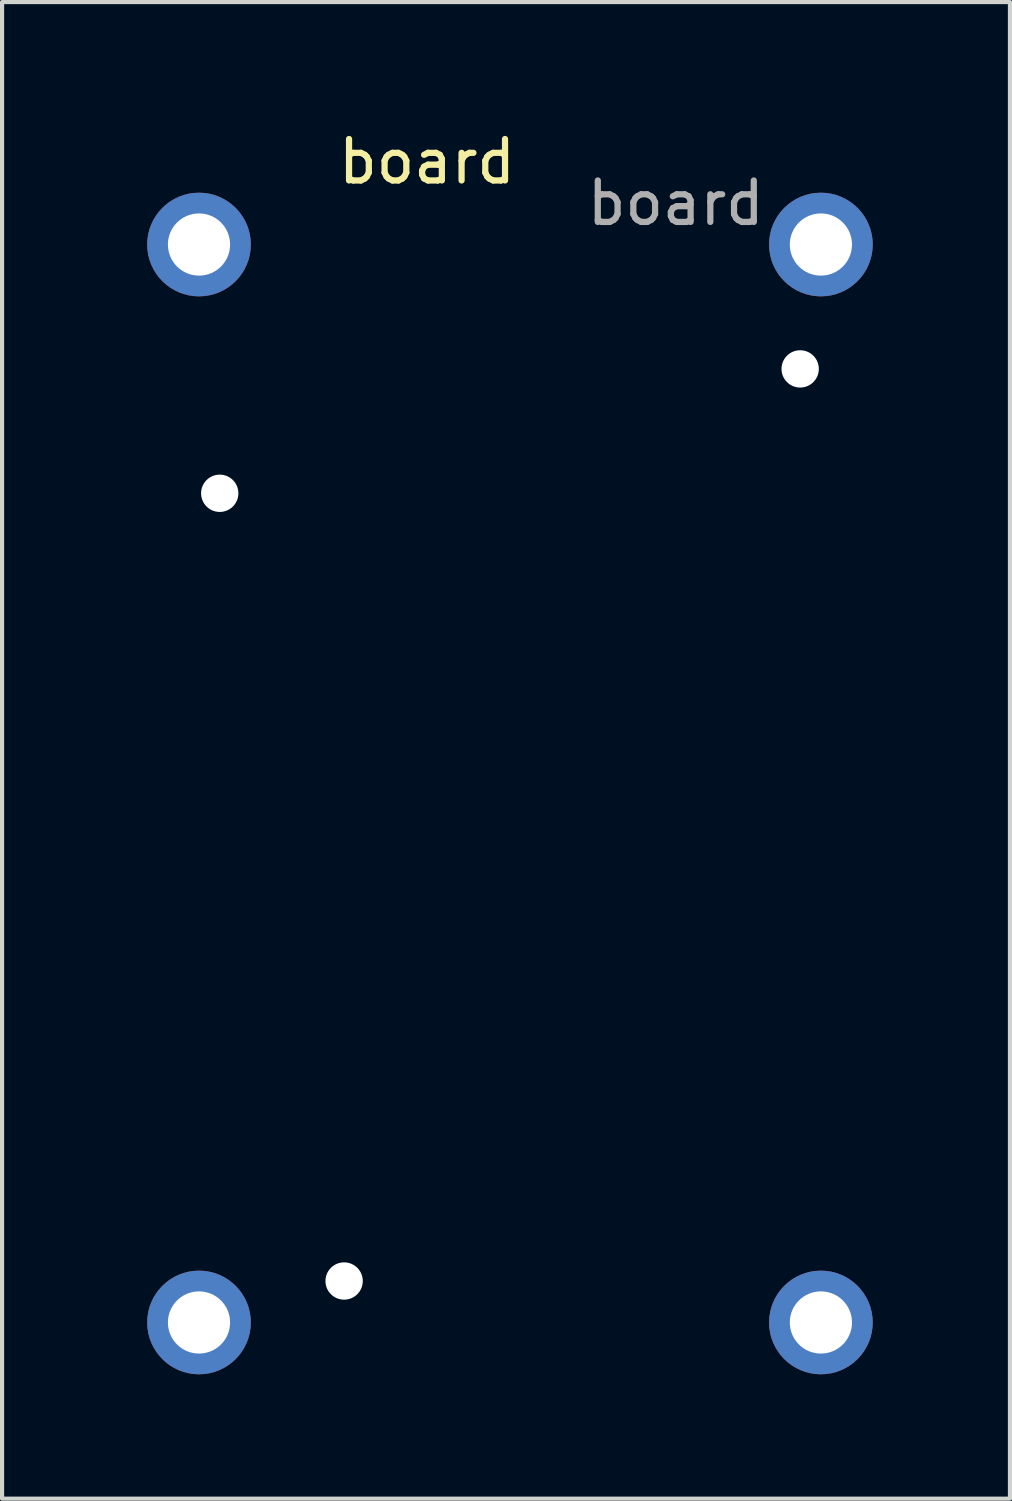
<source format=kicad_pcb>
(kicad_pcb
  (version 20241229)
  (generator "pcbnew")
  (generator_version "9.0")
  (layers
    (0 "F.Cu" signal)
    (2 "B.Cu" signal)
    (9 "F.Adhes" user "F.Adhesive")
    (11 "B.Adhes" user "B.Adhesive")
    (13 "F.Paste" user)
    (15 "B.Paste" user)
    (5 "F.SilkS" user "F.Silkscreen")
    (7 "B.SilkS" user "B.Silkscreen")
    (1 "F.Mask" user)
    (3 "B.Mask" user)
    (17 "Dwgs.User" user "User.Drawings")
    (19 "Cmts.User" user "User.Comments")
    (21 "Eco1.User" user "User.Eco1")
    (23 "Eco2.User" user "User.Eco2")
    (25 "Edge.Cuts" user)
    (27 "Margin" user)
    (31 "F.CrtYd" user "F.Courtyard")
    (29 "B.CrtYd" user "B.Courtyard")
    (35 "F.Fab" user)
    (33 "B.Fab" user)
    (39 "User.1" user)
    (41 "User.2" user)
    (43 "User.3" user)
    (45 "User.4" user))
  (footprint "board"
    (layer "F.Cu")
    (at 0.25 2.848)
    (property "Reference" "board" (at 7 -2 0) (unlocked yes) (layer "F.SilkS") (effects (font (size 1 1) (thickness 0.15))))
    (attr through_hole)
    (fp_line (start 9 0) (end 9 26) (stroke (width 0.12) (type solid)) (layer "Eco1.User"))
    (fp_line (start 18 13) (end 0 13) (stroke (width 0.12) (type solid)) (layer "Eco1.User"))
    (fp_rect (start 0 0) (end 18 26) (stroke (width 0.12) (type solid)) (fill no) (layer "Eco1.User"))
    (fp_text user "${REFERENCE}" (at 13 -1 0) (unlocked yes) (layer "F.Fab") (effects (font (size 1 1) (thickness 0.15))))
    (pad "" np_thru_hole circle (at 2 6) (size 0.9 0.9) (drill 0.9) (layers "*.Cu" "*.Mask"))
    (pad "" np_thru_hole circle (at 5 25) (size 0.9 0.9) (drill 0.9) (layers "*.Cu" "*.Mask"))
    (pad "" np_thru_hole circle (at 16 3) (size 0.9 0.9) (drill 0.9) (layers "*.Cu" "*.Mask"))
    (pad "1" thru_hole circle (at 1.5 0) (size 2.5 2.5) (drill 1.5) (layers "*.Cu" "*.Mask"))
    (pad "2" thru_hole circle (at 16.5 0) (size 2.5 2.5) (drill 1.5) (layers "*.Cu" "*.Mask"))
    (pad "3" thru_hole circle (at 16.5 26) (size 2.5 2.5) (drill 1.5) (layers "*.Cu" "*.Mask"))
    (pad "4" thru_hole circle (at 1.5 26) (size 2.5 2.5) (drill 1.5) (layers "*.Cu" "*.Mask")))
  (gr_rect
    (start -3 -3)
    (end 21.31 33.098)
    (stroke (width 0.1) (type default))
    (fill no)
    (layer "Edge.Cuts")))
</source>
